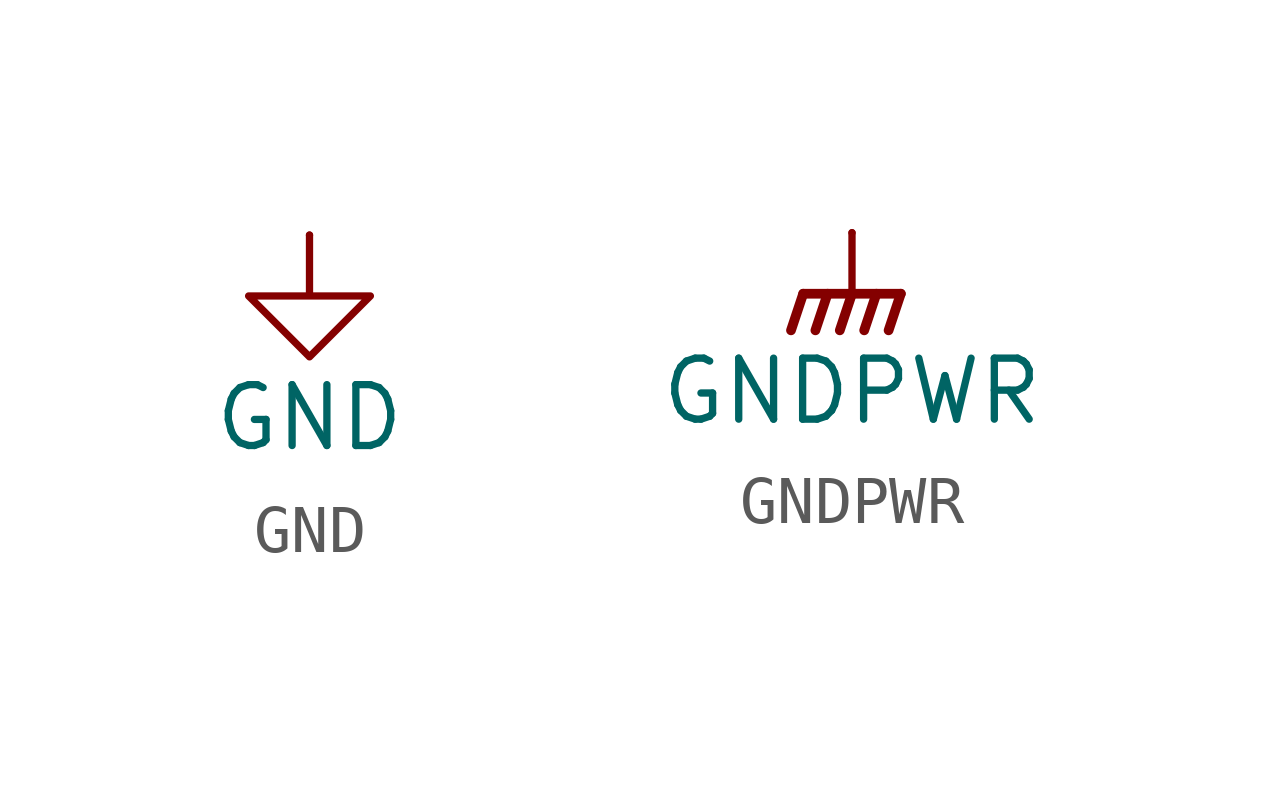
<source format=kicad_sym>
(kicad_symbol_lib
  (version 20241209)
  (generator "kicad_symbol_editor")
  (generator_version "9.0")
  (symbol "GND"
    (power)
    (pin_numbers
      (hide yes))
    (pin_names
      (offset 0)
      (hide yes))
    (property "Reference" "#PWR"
      (at 0 -6.35 0)
      (effects (font (size 1.27 1.27)) (hide yes)))
    (property "Value" "GND"
      (at 0 -3.81 0)
      (effects (font (size 1.27 1.27))))
    (symbol "GND_0_1"
      (polyline (pts (xy 0 0) (xy 0 -1.27) (xy 1.27 -1.27) (xy 0 -2.54) (xy -1.27 -1.27) (xy 0 -1.27)) (stroke (width 0) (type default)) (fill (type none))))
    (symbol "GND_1_1"
      (pin power_in line (at 0 0 270) (length 0) (name "~" (effects (font (size 1.27 1.27)))) (number "1" (effects (font (size 1.27 1.27)))))))
  (symbol "GNDPWR"
    (power)
    (pin_numbers
      (hide yes))
    (pin_names
      (offset 0)
      (hide yes))
    (property "Reference" "#PWR"
      (at 0 -5.08 0)
      (effects (font (size 1.27 1.27)) (hide yes)))
    (property "Value" "GNDPWR"
      (at 0 -3.302 0)
      (effects (font (size 1.27 1.27))))
    (symbol "GNDPWR_0_1"
      (polyline (pts (xy -1.016 -1.27) (xy -1.27 -2.032) (xy -1.27 -2.032)) (stroke (width 0.203) (type default)) (fill (type none)))
      (polyline (pts (xy -0.508 -1.27) (xy -0.762 -2.032) (xy -0.762 -2.032)) (stroke (width 0.203) (type default)) (fill (type none)))
      (polyline (pts (xy 0 -1.27) (xy 0 0)) (stroke (width 0) (type default)) (fill (type none)))
      (polyline (pts (xy 0 -1.27) (xy -0.254 -2.032) (xy -0.254 -2.032)) (stroke (width 0.203) (type default)) (fill (type none)))
      (polyline (pts (xy 0.508 -1.27) (xy 0.254 -2.032) (xy 0.254 -2.032)) (stroke (width 0.203) (type default)) (fill (type none)))
      (polyline (pts (xy 1.016 -1.27) (xy -1.016 -1.27) (xy -1.016 -1.27)) (stroke (width 0.203) (type default)) (fill (type none)))
      (polyline (pts (xy 1.016 -1.27) (xy 0.762 -2.032) (xy 0.762 -2.032) (xy 0.762 -2.032)) (stroke (width 0.203) (type default)) (fill (type none))))
    (symbol "GNDPWR_1_1"
      (pin power_in line (at 0 0 270) (length 0) (name "~" (effects (font (size 1.27 1.27)))) (number "1" (effects (font (size 1.27 1.27))))))))
</source>
